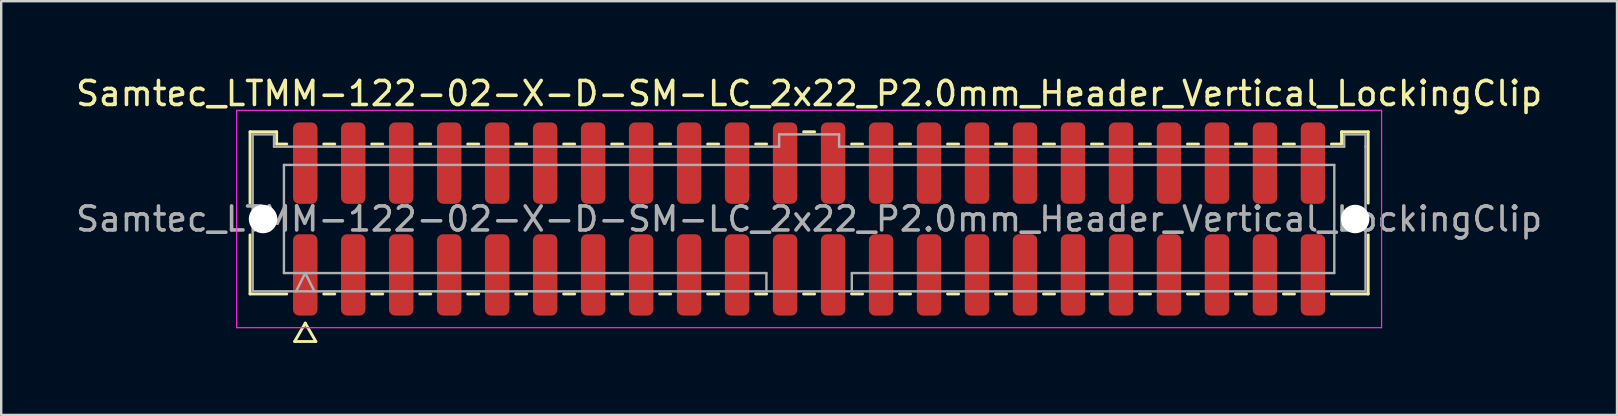
<source format=kicad_pcb>
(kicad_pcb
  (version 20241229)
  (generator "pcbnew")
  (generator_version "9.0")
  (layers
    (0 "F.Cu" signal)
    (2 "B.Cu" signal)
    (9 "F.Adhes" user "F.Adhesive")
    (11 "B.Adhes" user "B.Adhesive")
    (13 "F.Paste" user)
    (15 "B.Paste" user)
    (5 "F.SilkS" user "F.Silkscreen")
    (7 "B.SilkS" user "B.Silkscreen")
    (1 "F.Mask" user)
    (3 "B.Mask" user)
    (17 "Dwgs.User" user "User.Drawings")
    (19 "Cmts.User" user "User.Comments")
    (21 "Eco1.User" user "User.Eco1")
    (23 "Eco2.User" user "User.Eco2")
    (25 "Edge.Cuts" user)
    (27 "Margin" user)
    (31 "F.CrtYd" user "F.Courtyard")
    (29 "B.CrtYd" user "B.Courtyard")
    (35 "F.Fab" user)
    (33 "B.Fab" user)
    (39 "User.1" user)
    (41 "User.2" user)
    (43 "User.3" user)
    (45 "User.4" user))
  (footprint "Samtec_LTMM-122-02-X-D-SM-LC_2x22_P2.0mm_Header_Vertical_LockingClip"
    (layer "F.Cu")
    (at 30.673 6.078)
    (property "Reference" "Samtec_LTMM-122-02-X-D-SM-LC_2x22_P2.0mm_Header_Vertical_LockingClip" (at 0 -5.23 0) (layer "F.SilkS") (effects (font (size 1 1) (thickness 0.15))))
    (attr smd)
    (fp_line (start -23.302 -3.635) (end -22.192 -3.635) (stroke (width 0.12) (type solid)) (layer "F.SilkS"))
    (fp_line (start -23.302 -0.662) (end -23.302 -3.635) (stroke (width 0.12) (type solid)) (layer "F.SilkS"))
    (fp_line (start -23.302 3.125) (end -23.302 0.662) (stroke (width 0.12) (type solid)) (layer "F.SilkS"))
    (fp_line (start -22.192 -3.635) (end -22.192 -3.125) (stroke (width 0.12) (type solid)) (layer "F.SilkS"))
    (fp_line (start -22.192 -3.125) (end -21.77 -3.125) (stroke (width 0.12) (type solid)) (layer "F.SilkS"))
    (fp_line (start -21.77 3.125) (end -23.302 3.125) (stroke (width 0.12) (type solid)) (layer "F.SilkS"))
    (fp_line (start -21.442 5.105) (end -21 4.34) (stroke (width 0.12) (type solid)) (layer "F.SilkS"))
    (fp_line (start -21 4.34) (end -20.558 5.105) (stroke (width 0.12) (type solid)) (layer "F.SilkS"))
    (fp_line (start -20.558 5.105) (end -21.442 5.105) (stroke (width 0.12) (type solid)) (layer "F.SilkS"))
    (fp_line (start -20.23 -3.125) (end -19.77 -3.125) (stroke (width 0.12) (type solid)) (layer "F.SilkS"))
    (fp_line (start -19.77 3.125) (end -20.23 3.125) (stroke (width 0.12) (type solid)) (layer "F.SilkS"))
    (fp_line (start -18.23 -3.125) (end -17.77 -3.125) (stroke (width 0.12) (type solid)) (layer "F.SilkS"))
    (fp_line (start -17.77 3.125) (end -18.23 3.125) (stroke (width 0.12) (type solid)) (layer "F.SilkS"))
    (fp_line (start -16.23 -3.125) (end -15.77 -3.125) (stroke (width 0.12) (type solid)) (layer "F.SilkS"))
    (fp_line (start -15.77 3.125) (end -16.23 3.125) (stroke (width 0.12) (type solid)) (layer "F.SilkS"))
    (fp_line (start -14.23 -3.125) (end -13.77 -3.125) (stroke (width 0.12) (type solid)) (layer "F.SilkS"))
    (fp_line (start -13.77 3.125) (end -14.23 3.125) (stroke (width 0.12) (type solid)) (layer "F.SilkS"))
    (fp_line (start -12.23 -3.125) (end -11.77 -3.125) (stroke (width 0.12) (type solid)) (layer "F.SilkS"))
    (fp_line (start -11.77 3.125) (end -12.23 3.125) (stroke (width 0.12) (type solid)) (layer "F.SilkS"))
    (fp_line (start -10.23 -3.125) (end -9.77 -3.125) (stroke (width 0.12) (type solid)) (layer "F.SilkS"))
    (fp_line (start -9.77 3.125) (end -10.23 3.125) (stroke (width 0.12) (type solid)) (layer "F.SilkS"))
    (fp_line (start -8.23 -3.125) (end -7.77 -3.125) (stroke (width 0.12) (type solid)) (layer "F.SilkS"))
    (fp_line (start -7.77 3.125) (end -8.23 3.125) (stroke (width 0.12) (type solid)) (layer "F.SilkS"))
    (fp_line (start -6.23 -3.125) (end -5.77 -3.125) (stroke (width 0.12) (type solid)) (layer "F.SilkS"))
    (fp_line (start -5.77 3.125) (end -6.23 3.125) (stroke (width 0.12) (type solid)) (layer "F.SilkS"))
    (fp_line (start -4.23 -3.125) (end -3.77 -3.125) (stroke (width 0.12) (type solid)) (layer "F.SilkS"))
    (fp_line (start -3.77 3.125) (end -4.23 3.125) (stroke (width 0.12) (type solid)) (layer "F.SilkS"))
    (fp_line (start -2.23 -3.125) (end -1.77 -3.125) (stroke (width 0.12) (type solid)) (layer "F.SilkS"))
    (fp_line (start -1.77 3.125) (end -2.23 3.125) (stroke (width 0.12) (type solid)) (layer "F.SilkS"))
    (fp_line (start -0.23 -3.635) (end 0.23 -3.635) (stroke (width 0.12) (type solid)) (layer "F.SilkS"))
    (fp_line (start 0.23 3.125) (end -0.23 3.125) (stroke (width 0.12) (type solid)) (layer "F.SilkS"))
    (fp_line (start 1.77 -3.125) (end 2.23 -3.125) (stroke (width 0.12) (type solid)) (layer "F.SilkS"))
    (fp_line (start 2.23 3.125) (end 1.77 3.125) (stroke (width 0.12) (type solid)) (layer "F.SilkS"))
    (fp_line (start 3.77 -3.125) (end 4.23 -3.125) (stroke (width 0.12) (type solid)) (layer "F.SilkS"))
    (fp_line (start 4.23 3.125) (end 3.77 3.125) (stroke (width 0.12) (type solid)) (layer "F.SilkS"))
    (fp_line (start 5.77 -3.125) (end 6.23 -3.125) (stroke (width 0.12) (type solid)) (layer "F.SilkS"))
    (fp_line (start 6.23 3.125) (end 5.77 3.125) (stroke (width 0.12) (type solid)) (layer "F.SilkS"))
    (fp_line (start 7.77 -3.125) (end 8.23 -3.125) (stroke (width 0.12) (type solid)) (layer "F.SilkS"))
    (fp_line (start 8.23 3.125) (end 7.77 3.125) (stroke (width 0.12) (type solid)) (layer "F.SilkS"))
    (fp_line (start 9.77 -3.125) (end 10.23 -3.125) (stroke (width 0.12) (type solid)) (layer "F.SilkS"))
    (fp_line (start 10.23 3.125) (end 9.77 3.125) (stroke (width 0.12) (type solid)) (layer "F.SilkS"))
    (fp_line (start 11.77 -3.125) (end 12.23 -3.125) (stroke (width 0.12) (type solid)) (layer "F.SilkS"))
    (fp_line (start 12.23 3.125) (end 11.77 3.125) (stroke (width 0.12) (type solid)) (layer "F.SilkS"))
    (fp_line (start 13.77 -3.125) (end 14.23 -3.125) (stroke (width 0.12) (type solid)) (layer "F.SilkS"))
    (fp_line (start 14.23 3.125) (end 13.77 3.125) (stroke (width 0.12) (type solid)) (layer "F.SilkS"))
    (fp_line (start 15.77 -3.125) (end 16.23 -3.125) (stroke (width 0.12) (type solid)) (layer "F.SilkS"))
    (fp_line (start 16.23 3.125) (end 15.77 3.125) (stroke (width 0.12) (type solid)) (layer "F.SilkS"))
    (fp_line (start 17.77 -3.125) (end 18.23 -3.125) (stroke (width 0.12) (type solid)) (layer "F.SilkS"))
    (fp_line (start 18.23 3.125) (end 17.77 3.125) (stroke (width 0.12) (type solid)) (layer "F.SilkS"))
    (fp_line (start 19.77 -3.125) (end 20.23 -3.125) (stroke (width 0.12) (type solid)) (layer "F.SilkS"))
    (fp_line (start 20.23 3.125) (end 19.77 3.125) (stroke (width 0.12) (type solid)) (layer "F.SilkS"))
    (fp_line (start 21.77 -3.125) (end 22.192 -3.125) (stroke (width 0.12) (type solid)) (layer "F.SilkS"))
    (fp_line (start 22.192 -3.635) (end 23.302 -3.635) (stroke (width 0.12) (type solid)) (layer "F.SilkS"))
    (fp_line (start 22.192 -3.125) (end 22.192 -3.635) (stroke (width 0.12) (type solid)) (layer "F.SilkS"))
    (fp_line (start 23.302 -3.635) (end 23.302 -0.662) (stroke (width 0.12) (type solid)) (layer "F.SilkS"))
    (fp_line (start 23.302 0.662) (end 23.302 3.125) (stroke (width 0.12) (type solid)) (layer "F.SilkS"))
    (fp_line (start 23.302 3.125) (end 21.77 3.125) (stroke (width 0.12) (type solid)) (layer "F.SilkS"))
    (fp_line (start -23.86 -4.53) (end -23.86 4.53) (stroke (width 0.05) (type solid)) (layer "F.CrtYd"))
    (fp_line (start -23.86 4.53) (end 23.86 4.53) (stroke (width 0.05) (type solid)) (layer "F.CrtYd"))
    (fp_line (start 23.86 -4.53) (end -23.86 -4.53) (stroke (width 0.05) (type solid)) (layer "F.CrtYd"))
    (fp_line (start 23.86 4.53) (end 23.86 -4.53) (stroke (width 0.05) (type solid)) (layer "F.CrtYd"))
    (fp_line (start -23.192 -3.525) (end -22.302 -3.525) (stroke (width 0.1) (type solid)) (layer "F.Fab"))
    (fp_line (start -23.192 3.015) (end -23.192 -3.525) (stroke (width 0.1) (type solid)) (layer "F.Fab"))
    (fp_line (start -22.302 -3.525) (end -22.302 -3.015) (stroke (width 0.1) (type solid)) (layer "F.Fab"))
    (fp_line (start -22.302 -3.015) (end -1.25 -3.015) (stroke (width 0.1) (type solid)) (layer "F.Fab"))
    (fp_line (start -21.889 -2.253) (end 21.889 -2.253) (stroke (width 0.1) (type solid)) (layer "F.Fab"))
    (fp_line (start -21.889 2.253) (end -21.889 -2.253) (stroke (width 0.1) (type solid)) (layer "F.Fab"))
    (fp_line (start -21.381 3.015) (end -21 2.253) (stroke (width 0.1) (type solid)) (layer "F.Fab"))
    (fp_line (start -21 2.253) (end -20.619 3.015) (stroke (width 0.1) (type solid)) (layer "F.Fab"))
    (fp_line (start -1.78 2.253) (end -21.889 2.253) (stroke (width 0.1) (type solid)) (layer "F.Fab"))
    (fp_line (start -1.78 3.015) (end -1.78 2.253) (stroke (width 0.1) (type solid)) (layer "F.Fab"))
    (fp_line (start -1.25 -3.525) (end 1.25 -3.525) (stroke (width 0.1) (type solid)) (layer "F.Fab"))
    (fp_line (start -1.25 -3.015) (end -1.25 -3.525) (stroke (width 0.1) (type solid)) (layer "F.Fab"))
    (fp_line (start 1.25 -3.525) (end 1.25 -3.015) (stroke (width 0.1) (type solid)) (layer "F.Fab"))
    (fp_line (start 1.25 -3.015) (end 22.302 -3.015) (stroke (width 0.1) (type solid)) (layer "F.Fab"))
    (fp_line (start 1.78 2.253) (end 1.78 3.015) (stroke (width 0.1) (type solid)) (layer "F.Fab"))
    (fp_line (start 21.889 -2.253) (end 21.889 2.253) (stroke (width 0.1) (type solid)) (layer "F.Fab"))
    (fp_line (start 21.889 2.253) (end 1.78 2.253) (stroke (width 0.1) (type solid)) (layer "F.Fab"))
    (fp_line (start 22.302 -3.525) (end 23.192 -3.525) (stroke (width 0.1) (type solid)) (layer "F.Fab"))
    (fp_line (start 22.302 -3.015) (end 22.302 -3.525) (stroke (width 0.1) (type solid)) (layer "F.Fab"))
    (fp_line (start 23.192 -3.525) (end 23.192 -3.015) (stroke (width 0.1) (type solid)) (layer "F.Fab"))
    (fp_line (start 23.192 -3.015) (end 23.192 3.015) (stroke (width 0.1) (type solid)) (layer "F.Fab"))
    (fp_line (start 23.192 3.015) (end -23.192 3.015) (stroke (width 0.1) (type solid)) (layer "F.Fab"))
    (fp_text user "${REFERENCE}" (at 0 0 0) (layer "F.Fab") (effects (font (size 1 1) (thickness 0.15))))
    (pad "" np_thru_hole circle (at -22.76 0) (size 1.19 1.19) (drill 1.19) (layers "*.Cu" "*.Mask"))
    (pad "" np_thru_hole circle (at 22.76 0) (size 1.19 1.19) (drill 1.19) (layers "*.Cu" "*.Mask"))
    (pad "1" smd roundrect (at -21 2.33) (size 1.02 3.39) (layers "F.Cu" "F.Mask" "F.Paste") (roundrect_rratio 0.245))
    (pad "2" smd roundrect (at -21 -2.33) (size 1.02 3.39) (layers "F.Cu" "F.Mask" "F.Paste") (roundrect_rratio 0.245))
    (pad "3" smd roundrect (at -19 2.33) (size 1.02 3.39) (layers "F.Cu" "F.Mask" "F.Paste") (roundrect_rratio 0.245))
    (pad "4" smd roundrect (at -19 -2.33) (size 1.02 3.39) (layers "F.Cu" "F.Mask" "F.Paste") (roundrect_rratio 0.245))
    (pad "5" smd roundrect (at -17 2.33) (size 1.02 3.39) (layers "F.Cu" "F.Mask" "F.Paste") (roundrect_rratio 0.245))
    (pad "6" smd roundrect (at -17 -2.33) (size 1.02 3.39) (layers "F.Cu" "F.Mask" "F.Paste") (roundrect_rratio 0.245))
    (pad "7" smd roundrect (at -15 2.33) (size 1.02 3.39) (layers "F.Cu" "F.Mask" "F.Paste") (roundrect_rratio 0.245))
    (pad "8" smd roundrect (at -15 -2.33) (size 1.02 3.39) (layers "F.Cu" "F.Mask" "F.Paste") (roundrect_rratio 0.245))
    (pad "9" smd roundrect (at -13 2.33) (size 1.02 3.39) (layers "F.Cu" "F.Mask" "F.Paste") (roundrect_rratio 0.245))
    (pad "10" smd roundrect (at -13 -2.33) (size 1.02 3.39) (layers "F.Cu" "F.Mask" "F.Paste") (roundrect_rratio 0.245))
    (pad "11" smd roundrect (at -11 2.33) (size 1.02 3.39) (layers "F.Cu" "F.Mask" "F.Paste") (roundrect_rratio 0.245))
    (pad "12" smd roundrect (at -11 -2.33) (size 1.02 3.39) (layers "F.Cu" "F.Mask" "F.Paste") (roundrect_rratio 0.245))
    (pad "13" smd roundrect (at -9 2.33) (size 1.02 3.39) (layers "F.Cu" "F.Mask" "F.Paste") (roundrect_rratio 0.245))
    (pad "14" smd roundrect (at -9 -2.33) (size 1.02 3.39) (layers "F.Cu" "F.Mask" "F.Paste") (roundrect_rratio 0.245))
    (pad "15" smd roundrect (at -7 2.33) (size 1.02 3.39) (layers "F.Cu" "F.Mask" "F.Paste") (roundrect_rratio 0.245))
    (pad "16" smd roundrect (at -7 -2.33) (size 1.02 3.39) (layers "F.Cu" "F.Mask" "F.Paste") (roundrect_rratio 0.245))
    (pad "17" smd roundrect (at -5 2.33) (size 1.02 3.39) (layers "F.Cu" "F.Mask" "F.Paste") (roundrect_rratio 0.245))
    (pad "18" smd roundrect (at -5 -2.33) (size 1.02 3.39) (layers "F.Cu" "F.Mask" "F.Paste") (roundrect_rratio 0.245))
    (pad "19" smd roundrect (at -3 2.33) (size 1.02 3.39) (layers "F.Cu" "F.Mask" "F.Paste") (roundrect_rratio 0.245))
    (pad "20" smd roundrect (at -3 -2.33) (size 1.02 3.39) (layers "F.Cu" "F.Mask" "F.Paste") (roundrect_rratio 0.245))
    (pad "21" smd roundrect (at -1 2.33) (size 1.02 3.39) (layers "F.Cu" "F.Mask" "F.Paste") (roundrect_rratio 0.245))
    (pad "22" smd roundrect (at -1 -2.33) (size 1.02 3.39) (layers "F.Cu" "F.Mask" "F.Paste") (roundrect_rratio 0.245))
    (pad "23" smd roundrect (at 1 2.33) (size 1.02 3.39) (layers "F.Cu" "F.Mask" "F.Paste") (roundrect_rratio 0.245))
    (pad "24" smd roundrect (at 1 -2.33) (size 1.02 3.39) (layers "F.Cu" "F.Mask" "F.Paste") (roundrect_rratio 0.245))
    (pad "25" smd roundrect (at 3 2.33) (size 1.02 3.39) (layers "F.Cu" "F.Mask" "F.Paste") (roundrect_rratio 0.245))
    (pad "26" smd roundrect (at 3 -2.33) (size 1.02 3.39) (layers "F.Cu" "F.Mask" "F.Paste") (roundrect_rratio 0.245))
    (pad "27" smd roundrect (at 5 2.33) (size 1.02 3.39) (layers "F.Cu" "F.Mask" "F.Paste") (roundrect_rratio 0.245))
    (pad "28" smd roundrect (at 5 -2.33) (size 1.02 3.39) (layers "F.Cu" "F.Mask" "F.Paste") (roundrect_rratio 0.245))
    (pad "29" smd roundrect (at 7 2.33) (size 1.02 3.39) (layers "F.Cu" "F.Mask" "F.Paste") (roundrect_rratio 0.245))
    (pad "30" smd roundrect (at 7 -2.33) (size 1.02 3.39) (layers "F.Cu" "F.Mask" "F.Paste") (roundrect_rratio 0.245))
    (pad "31" smd roundrect (at 9 2.33) (size 1.02 3.39) (layers "F.Cu" "F.Mask" "F.Paste") (roundrect_rratio 0.245))
    (pad "32" smd roundrect (at 9 -2.33) (size 1.02 3.39) (layers "F.Cu" "F.Mask" "F.Paste") (roundrect_rratio 0.245))
    (pad "33" smd roundrect (at 11 2.33) (size 1.02 3.39) (layers "F.Cu" "F.Mask" "F.Paste") (roundrect_rratio 0.245))
    (pad "34" smd roundrect (at 11 -2.33) (size 1.02 3.39) (layers "F.Cu" "F.Mask" "F.Paste") (roundrect_rratio 0.245))
    (pad "35" smd roundrect (at 13 2.33) (size 1.02 3.39) (layers "F.Cu" "F.Mask" "F.Paste") (roundrect_rratio 0.245))
    (pad "36" smd roundrect (at 13 -2.33) (size 1.02 3.39) (layers "F.Cu" "F.Mask" "F.Paste") (roundrect_rratio 0.245))
    (pad "37" smd roundrect (at 15 2.33) (size 1.02 3.39) (layers "F.Cu" "F.Mask" "F.Paste") (roundrect_rratio 0.245))
    (pad "38" smd roundrect (at 15 -2.33) (size 1.02 3.39) (layers "F.Cu" "F.Mask" "F.Paste") (roundrect_rratio 0.245))
    (pad "39" smd roundrect (at 17 2.33) (size 1.02 3.39) (layers "F.Cu" "F.Mask" "F.Paste") (roundrect_rratio 0.245))
    (pad "40" smd roundrect (at 17 -2.33) (size 1.02 3.39) (layers "F.Cu" "F.Mask" "F.Paste") (roundrect_rratio 0.245))
    (pad "41" smd roundrect (at 19 2.33) (size 1.02 3.39) (layers "F.Cu" "F.Mask" "F.Paste") (roundrect_rratio 0.245))
    (pad "42" smd roundrect (at 19 -2.33) (size 1.02 3.39) (layers "F.Cu" "F.Mask" "F.Paste") (roundrect_rratio 0.245))
    (pad "43" smd roundrect (at 21 2.33) (size 1.02 3.39) (layers "F.Cu" "F.Mask" "F.Paste") (roundrect_rratio 0.245))
    (pad "44" smd roundrect (at 21 -2.33) (size 1.02 3.39) (layers "F.Cu" "F.Mask" "F.Paste") (roundrect_rratio 0.245)))
  (gr_rect
    (start -3 -3)
    (end 64.345 14.243)
    (stroke (width 0.1) (type default))
    (fill no)
    (layer "Edge.Cuts")))
</source>
